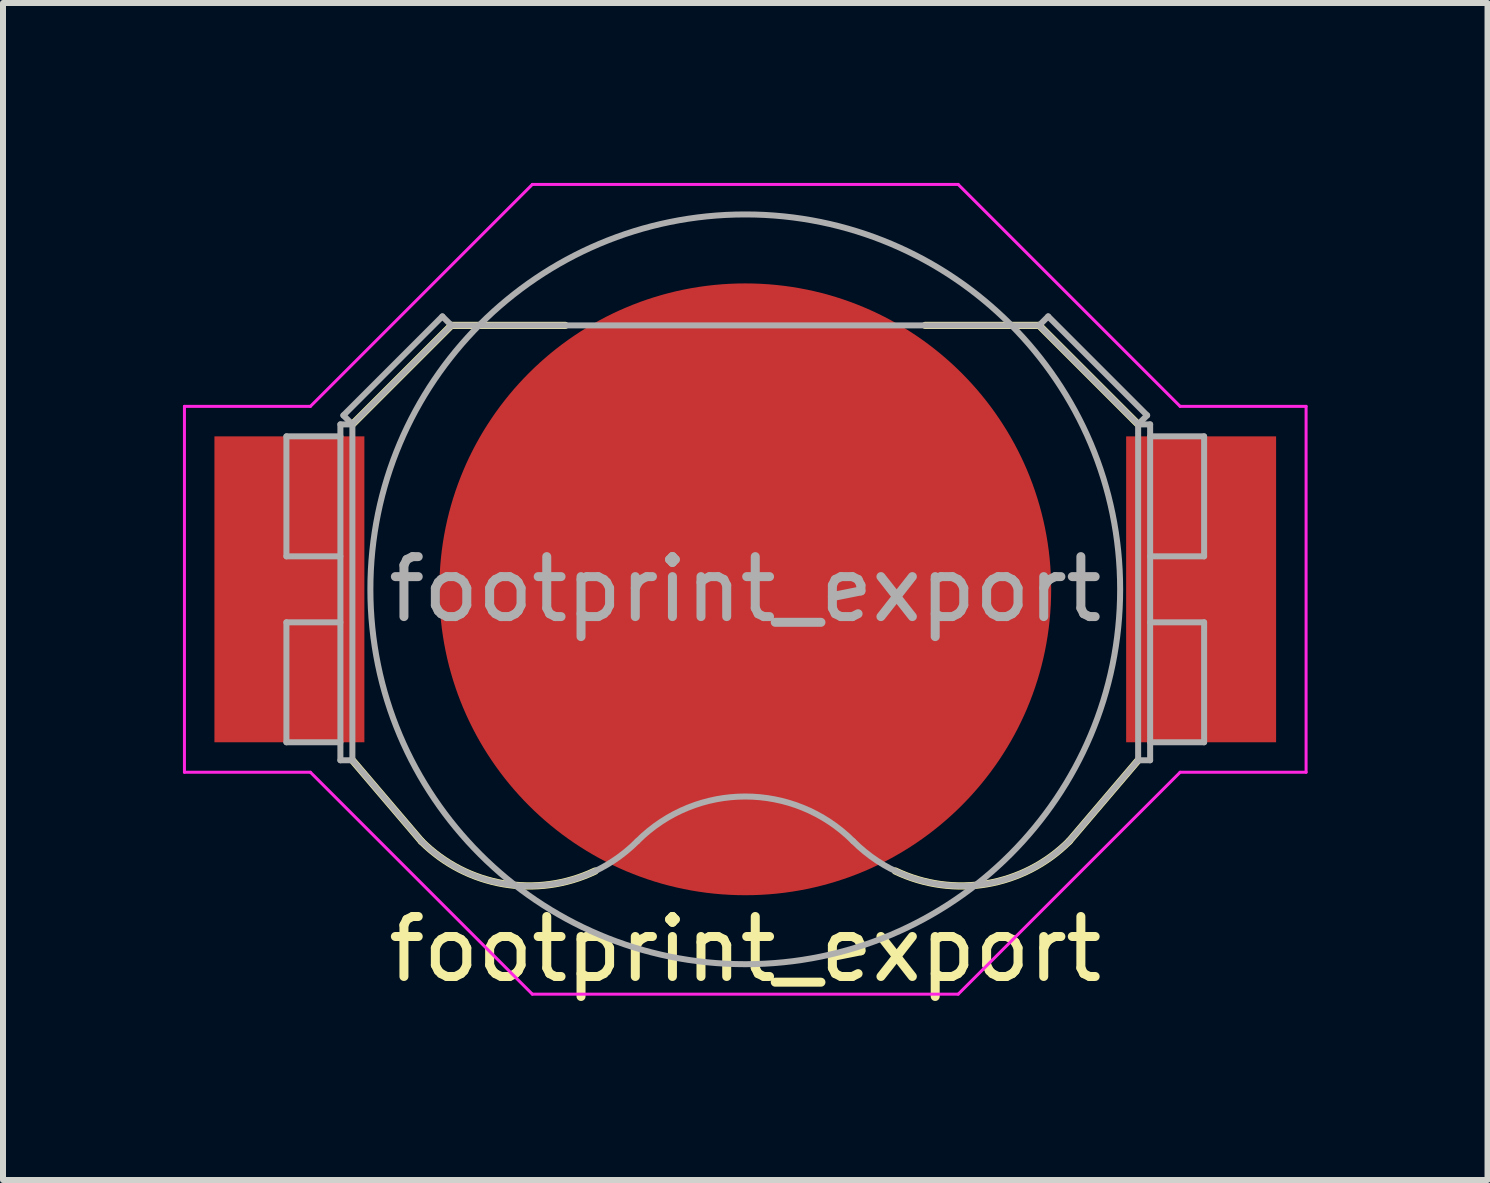
<source format=kicad_pcb>
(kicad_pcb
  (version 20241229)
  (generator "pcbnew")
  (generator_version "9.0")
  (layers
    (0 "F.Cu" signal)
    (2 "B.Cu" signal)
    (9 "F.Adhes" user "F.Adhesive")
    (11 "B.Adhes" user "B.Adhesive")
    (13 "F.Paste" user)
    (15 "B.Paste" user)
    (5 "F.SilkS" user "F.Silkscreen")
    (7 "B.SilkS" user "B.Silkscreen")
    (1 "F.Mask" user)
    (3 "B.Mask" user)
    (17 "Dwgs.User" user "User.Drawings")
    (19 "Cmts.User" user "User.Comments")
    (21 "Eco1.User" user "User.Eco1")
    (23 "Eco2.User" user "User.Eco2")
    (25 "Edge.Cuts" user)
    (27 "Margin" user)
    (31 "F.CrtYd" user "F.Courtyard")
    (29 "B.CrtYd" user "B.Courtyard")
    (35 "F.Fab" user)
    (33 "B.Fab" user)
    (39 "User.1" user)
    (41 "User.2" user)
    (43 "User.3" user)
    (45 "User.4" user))
  (footprint "footprint_export"
    (layer "F.Cu")
    (at 9.375 6.775)
    (property "Reference" "footprint_export" (at 0 6 0) (layer "F.SilkS") (effects (font (size 1 1) (thickness 0.15))))
    (attr smd)
    (fp_line (start -6.55 -2.75) (end -4.9 -4.4) (stroke (width 0.12) (type solid)) (layer "F.SilkS"))
    (fp_line (start -6.55 2.85) (end -5.4 4.2) (stroke (width 0.12) (type solid)) (layer "F.SilkS"))
    (fp_line (start -4.9 -4.4) (end -3 -4.4) (stroke (width 0.12) (type solid)) (layer "F.SilkS"))
    (fp_line (start 4.9 -4.4) (end 3 -4.4) (stroke (width 0.12) (type solid)) (layer "F.SilkS"))
    (fp_line (start 4.9 -4.4) (end 6.55 -2.75) (stroke (width 0.12) (type solid)) (layer "F.SilkS"))
    (fp_line (start 6.55 2.85) (end 5.4 4.2) (stroke (width 0.12) (type solid)) (layer "F.SilkS"))
    (fp_arc (start -2.504098 4.697607) (mid -4.031094 4.908816) (end -5.4 4.2) (stroke (width 0.12) (type solid)) (layer "F.SilkS"))
    (fp_arc (start 5.4 4.2) (mid 4.029781 4.909041) (end 2.501694 4.696459) (stroke (width 0.12) (type solid)) (layer "F.SilkS"))
    (fp_line (start -9.35 -3.05) (end -7.25 -3.05) (stroke (width 0.05) (type solid)) (layer "F.CrtYd"))
    (fp_line (start -9.35 3.05) (end -9.35 -3.05) (stroke (width 0.05) (type solid)) (layer "F.CrtYd"))
    (fp_line (start -9.35 3.05) (end -7.25 3.05) (stroke (width 0.05) (type solid)) (layer "F.CrtYd"))
    (fp_line (start -7.25 -3.05) (end -3.55 -6.75) (stroke (width 0.05) (type solid)) (layer "F.CrtYd"))
    (fp_line (start -3.55 -6.75) (end 3.55 -6.75) (stroke (width 0.05) (type solid)) (layer "F.CrtYd"))
    (fp_line (start -3.55 6.75) (end -7.25 3.05) (stroke (width 0.05) (type solid)) (layer "F.CrtYd"))
    (fp_line (start -3.55 6.75) (end 3.55 6.75) (stroke (width 0.05) (type solid)) (layer "F.CrtYd"))
    (fp_line (start 3.55 -6.75) (end 7.25 -3.05) (stroke (width 0.05) (type solid)) (layer "F.CrtYd"))
    (fp_line (start 3.55 6.75) (end 7.25 3.05) (stroke (width 0.05) (type solid)) (layer "F.CrtYd"))
    (fp_line (start 7.25 -3.05) (end 9.35 -3.05) (stroke (width 0.05) (type solid)) (layer "F.CrtYd"))
    (fp_line (start 9.35 -3.05) (end 9.35 3.05) (stroke (width 0.05) (type solid)) (layer "F.CrtYd"))
    (fp_line (start 9.35 3.05) (end 7.25 3.05) (stroke (width 0.05) (type solid)) (layer "F.CrtYd"))
    (fp_line (start -7.65 -2.55) (end -7.65 -0.55) (stroke (width 0.1) (type solid)) (layer "F.Fab"))
    (fp_line (start -7.65 -2.55) (end -6.75 -2.55) (stroke (width 0.1) (type solid)) (layer "F.Fab"))
    (fp_line (start -7.65 -0.55) (end -6.75 -0.55) (stroke (width 0.1) (type solid)) (layer "F.Fab"))
    (fp_line (start -7.65 0.55) (end -7.65 2.55) (stroke (width 0.1) (type solid)) (layer "F.Fab"))
    (fp_line (start -7.65 2.55) (end -6.75 2.55) (stroke (width 0.1) (type solid)) (layer "F.Fab"))
    (fp_line (start -6.75 -2.75) (end -6.55 -2.75) (stroke (width 0.1) (type solid)) (layer "F.Fab"))
    (fp_line (start -6.75 0.55) (end -7.65 0.55) (stroke (width 0.1) (type solid)) (layer "F.Fab"))
    (fp_line (start -6.75 2.85) (end -6.75 -2.75) (stroke (width 0.1) (type solid)) (layer "F.Fab"))
    (fp_line (start -6.75 2.85) (end -6.55 2.85) (stroke (width 0.1) (type solid)) (layer "F.Fab"))
    (fp_line (start -6.7 -2.9) (end -5.05 -4.55) (stroke (width 0.1) (type solid)) (layer "F.Fab"))
    (fp_line (start -6.55 -2.75) (end -6.7 -2.9) (stroke (width 0.1) (type solid)) (layer "F.Fab"))
    (fp_line (start -6.55 -2.75) (end -4.9 -4.4) (stroke (width 0.1) (type solid)) (layer "F.Fab"))
    (fp_line (start -6.55 2.85) (end -6.55 -2.75) (stroke (width 0.1) (type solid)) (layer "F.Fab"))
    (fp_line (start -6.55 2.85) (end -5.4 4.2) (stroke (width 0.1) (type solid)) (layer "F.Fab"))
    (fp_line (start -5.05 -4.55) (end -4.9 -4.4) (stroke (width 0.1) (type solid)) (layer "F.Fab"))
    (fp_line (start 4.9 -4.4) (end -4.9 -4.4) (stroke (width 0.1) (type solid)) (layer "F.Fab"))
    (fp_line (start 5.05 -4.55) (end 4.9 -4.4) (stroke (width 0.1) (type solid)) (layer "F.Fab"))
    (fp_line (start 6.55 -2.75) (end 4.9 -4.4) (stroke (width 0.1) (type solid)) (layer "F.Fab"))
    (fp_line (start 6.55 -2.75) (end 6.7 -2.9) (stroke (width 0.1) (type solid)) (layer "F.Fab"))
    (fp_line (start 6.55 -2.75) (end 6.75 -2.75) (stroke (width 0.1) (type solid)) (layer "F.Fab"))
    (fp_line (start 6.55 2.85) (end 5.4 4.2) (stroke (width 0.1) (type solid)) (layer "F.Fab"))
    (fp_line (start 6.55 2.85) (end 6.55 -2.75) (stroke (width 0.1) (type solid)) (layer "F.Fab"))
    (fp_line (start 6.7 -2.9) (end 5.05 -4.55) (stroke (width 0.1) (type solid)) (layer "F.Fab"))
    (fp_line (start 6.75 -0.55) (end 7.65 -0.55) (stroke (width 0.1) (type solid)) (layer "F.Fab"))
    (fp_line (start 6.75 2.55) (end 7.65 2.55) (stroke (width 0.1) (type solid)) (layer "F.Fab"))
    (fp_line (start 6.75 2.85) (end 6.55 2.85) (stroke (width 0.1) (type solid)) (layer "F.Fab"))
    (fp_line (start 6.75 2.85) (end 6.75 -2.75) (stroke (width 0.1) (type solid)) (layer "F.Fab"))
    (fp_line (start 7.65 -2.55) (end 6.75 -2.55) (stroke (width 0.1) (type solid)) (layer "F.Fab"))
    (fp_line (start 7.65 -0.55) (end 7.65 -2.55) (stroke (width 0.1) (type solid)) (layer "F.Fab"))
    (fp_line (start 7.65 0.55) (end 6.75 0.55) (stroke (width 0.1) (type solid)) (layer "F.Fab"))
    (fp_line (start 7.65 2.55) (end 7.65 0.55) (stroke (width 0.1) (type solid)) (layer "F.Fab"))
    (fp_arc (start -1.8 4.2) (mid -3.6 4.945584) (end -5.4 4.2) (stroke (width 0.1) (type solid)) (layer "F.Fab"))
    (fp_arc (start -1.8 4.2) (mid 0 3.454416) (end 1.8 4.2) (stroke (width 0.1) (type solid)) (layer "F.Fab"))
    (fp_arc (start 5.4 4.2) (mid 3.6 4.945584) (end 1.8 4.2) (stroke (width 0.1) (type solid)) (layer "F.Fab"))
    (fp_circle (center 0 0) (end -6.25 0) (stroke (width 0.1) (type solid)) (fill no) (layer "F.Fab"))
    (fp_text user "${REFERENCE}" (at 0 0 0) (layer "F.Fab") (effects (font (size 1 1) (thickness 0.15))))
    (pad "1" smd rect (at -7.6 0) (size 2.5 5.1) (layers "F.Cu" "F.Mask" "F.Paste"))
    (pad "1" smd rect (at 7.6 0) (size 2.5 5.1) (layers "F.Cu" "F.Mask" "F.Paste"))
    (pad "2" smd circle (at 0 0) (size 10.2 10.2) (layers "F.Cu" "F.Mask")))
  (gr_rect
    (start -3 -3)
    (end 21.75 16.623)
    (stroke (width 0.1) (type default))
    (fill no)
    (layer "Edge.Cuts")))
</source>
